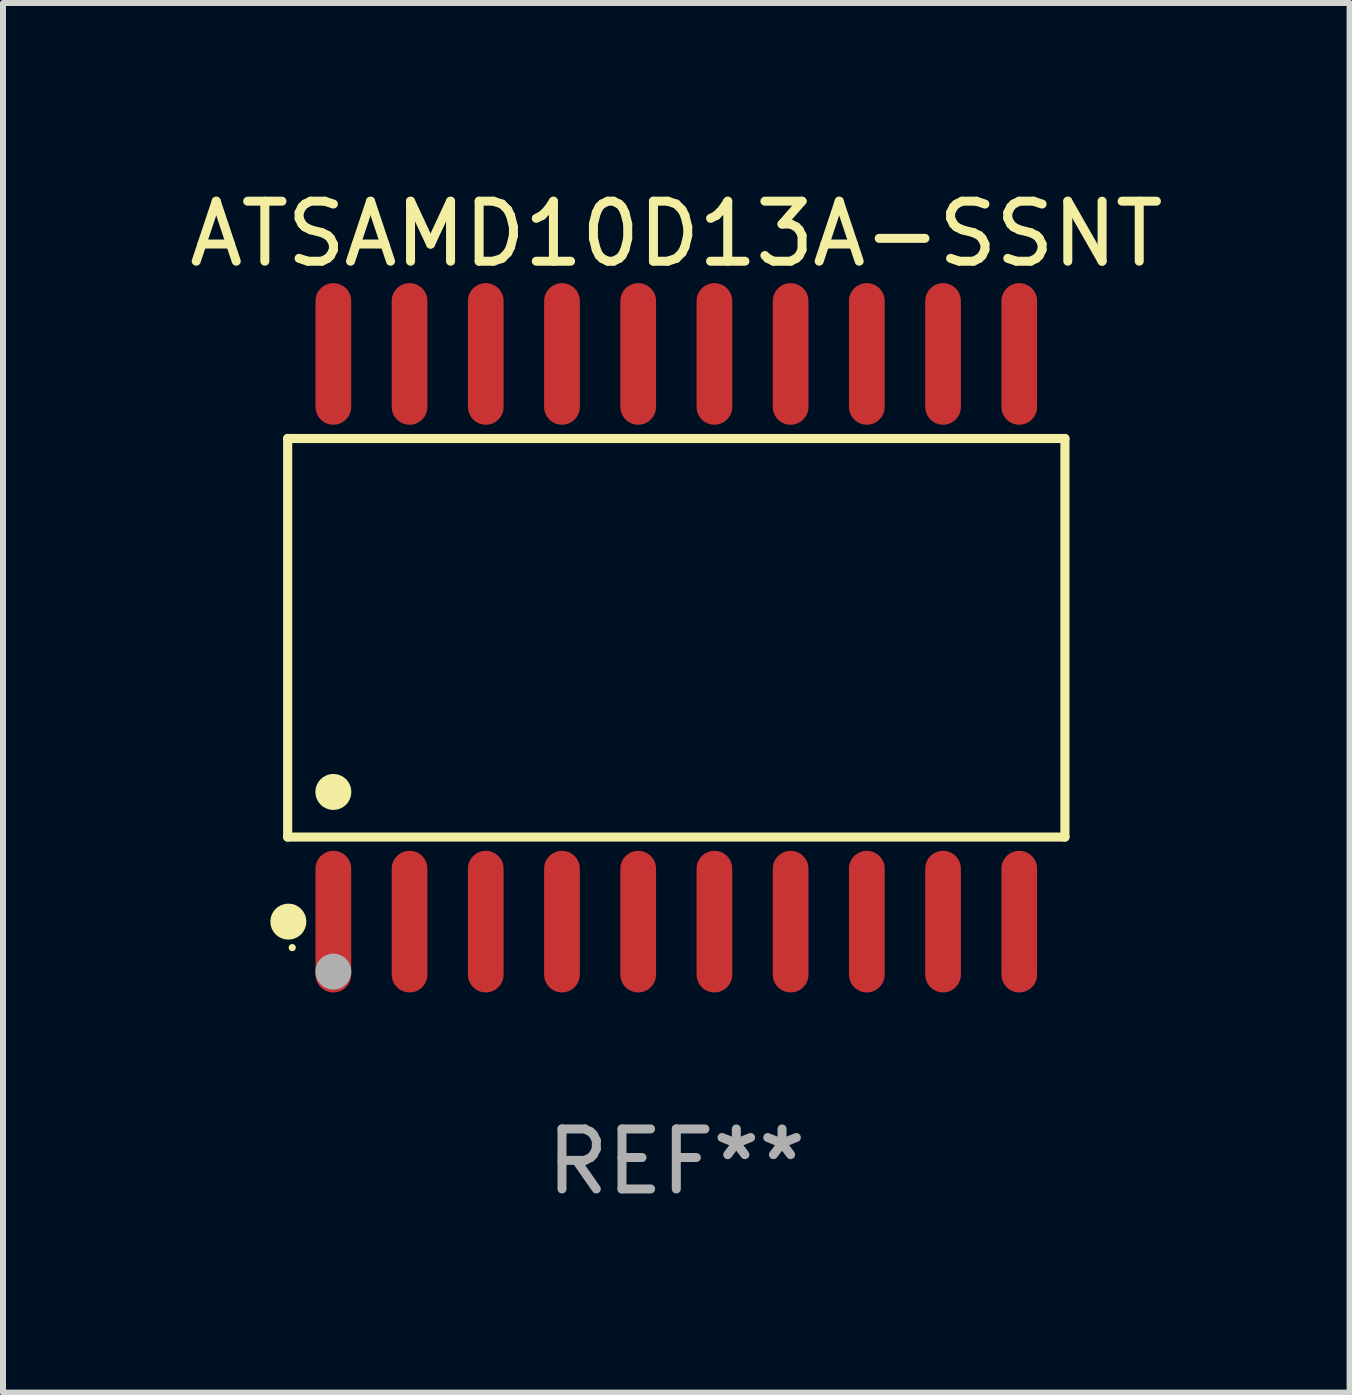
<source format=kicad_pcb>
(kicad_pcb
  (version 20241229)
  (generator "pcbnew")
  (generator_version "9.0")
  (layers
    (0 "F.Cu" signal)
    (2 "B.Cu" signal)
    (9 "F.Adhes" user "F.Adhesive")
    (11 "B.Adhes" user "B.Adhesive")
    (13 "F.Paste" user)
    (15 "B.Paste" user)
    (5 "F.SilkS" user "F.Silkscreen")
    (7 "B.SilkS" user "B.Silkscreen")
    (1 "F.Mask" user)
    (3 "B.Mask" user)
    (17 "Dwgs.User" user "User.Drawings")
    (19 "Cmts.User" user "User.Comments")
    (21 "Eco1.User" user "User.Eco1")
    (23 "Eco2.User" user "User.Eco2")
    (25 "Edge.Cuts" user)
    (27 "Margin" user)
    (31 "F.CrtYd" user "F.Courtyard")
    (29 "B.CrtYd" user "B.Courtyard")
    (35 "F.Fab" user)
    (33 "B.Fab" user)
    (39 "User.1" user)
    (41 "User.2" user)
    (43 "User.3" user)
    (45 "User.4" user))
  (footprint "ATSAMD10D13A-SSNT"
    (layer "F.Cu")
    (at 8.22 7.578)
    (property "Reference" "ATSAMD10D13A-SSNT" (at 0 -6.73 0) (layer "F.SilkS") (effects (font (size 1 1) (thickness 0.15))))
    (attr through_hole)
    (fp_line (start -6.476 -3.321) (end 6.476 -3.321) (stroke (width 0.152) (type solid)) (layer "F.SilkS"))
    (fp_line (start -6.476 3.321) (end -6.476 -3.321) (stroke (width 0.152) (type solid)) (layer "F.SilkS"))
    (fp_line (start 6.476 -3.321) (end 6.476 3.321) (stroke (width 0.152) (type solid)) (layer "F.SilkS"))
    (fp_line (start 6.476 3.321) (end -6.476 3.321) (stroke (width 0.152) (type solid)) (layer "F.SilkS"))
    (fp_circle (center -6.465 4.73) (end -6.315 4.73) (stroke (width 0.3) (type solid)) (fill no) (layer "F.SilkS"))
    (fp_circle (center -6.4 5.163) (end -6.37 5.163) (stroke (width 0.06) (type solid)) (fill no) (layer "F.SilkS"))
    (fp_circle (center -5.715 2.569) (end -5.565 2.569) (stroke (width 0.3) (type solid)) (fill no) (layer "F.SilkS"))
    (fp_circle (center -5.715 5.563) (end -5.565 5.563) (stroke (width 0.3) (type solid)) (fill no) (layer "F.Fab"))
    (fp_text user "REF**" (at 0 8.73 0) (layer "F.Fab") (effects (font (size 1 1) (thickness 0.15))))
    (pad "1" smd oval (at -5.715 4.73) (size 0.595 2.36) (layers "F.Cu" "F.Mask" "F.Paste"))
    (pad "2" smd oval (at -4.445 4.73) (size 0.595 2.36) (layers "F.Cu" "F.Mask" "F.Paste"))
    (pad "3" smd oval (at -3.175 4.73) (size 0.595 2.36) (layers "F.Cu" "F.Mask" "F.Paste"))
    (pad "4" smd oval (at -1.905 4.73) (size 0.595 2.36) (layers "F.Cu" "F.Mask" "F.Paste"))
    (pad "5" smd oval (at -0.635 4.73) (size 0.595 2.36) (layers "F.Cu" "F.Mask" "F.Paste"))
    (pad "6" smd oval (at 0.635 4.73) (size 0.595 2.36) (layers "F.Cu" "F.Mask" "F.Paste"))
    (pad "7" smd oval (at 1.905 4.73) (size 0.595 2.36) (layers "F.Cu" "F.Mask" "F.Paste"))
    (pad "8" smd oval (at 3.175 4.73) (size 0.595 2.36) (layers "F.Cu" "F.Mask" "F.Paste"))
    (pad "9" smd oval (at 4.445 4.73) (size 0.595 2.36) (layers "F.Cu" "F.Mask" "F.Paste"))
    (pad "10" smd oval (at 5.715 4.73) (size 0.595 2.36) (layers "F.Cu" "F.Mask" "F.Paste"))
    (pad "11" smd oval (at 5.715 -4.73) (size 0.595 2.36) (layers "F.Cu" "F.Mask" "F.Paste"))
    (pad "12" smd oval (at 4.445 -4.73) (size 0.595 2.36) (layers "F.Cu" "F.Mask" "F.Paste"))
    (pad "13" smd oval (at 3.175 -4.73) (size 0.595 2.36) (layers "F.Cu" "F.Mask" "F.Paste"))
    (pad "14" smd oval (at 1.905 -4.73) (size 0.595 2.36) (layers "F.Cu" "F.Mask" "F.Paste"))
    (pad "15" smd oval (at 0.635 -4.73) (size 0.595 2.36) (layers "F.Cu" "F.Mask" "F.Paste"))
    (pad "16" smd oval (at -0.635 -4.73) (size 0.595 2.36) (layers "F.Cu" "F.Mask" "F.Paste"))
    (pad "17" smd oval (at -1.905 -4.73) (size 0.595 2.36) (layers "F.Cu" "F.Mask" "F.Paste"))
    (pad "18" smd oval (at -3.175 -4.73) (size 0.595 2.36) (layers "F.Cu" "F.Mask" "F.Paste"))
    (pad "19" smd oval (at -4.445 -4.73) (size 0.595 2.36) (layers "F.Cu" "F.Mask" "F.Paste"))
    (pad "20" smd oval (at -5.715 -4.73) (size 0.595 2.36) (layers "F.Cu" "F.Mask" "F.Paste")))
  (gr_rect
    (start -3 -3)
    (end 19.44 20.156)
    (stroke (width 0.1) (type default))
    (fill no)
    (layer "Edge.Cuts")))
</source>
